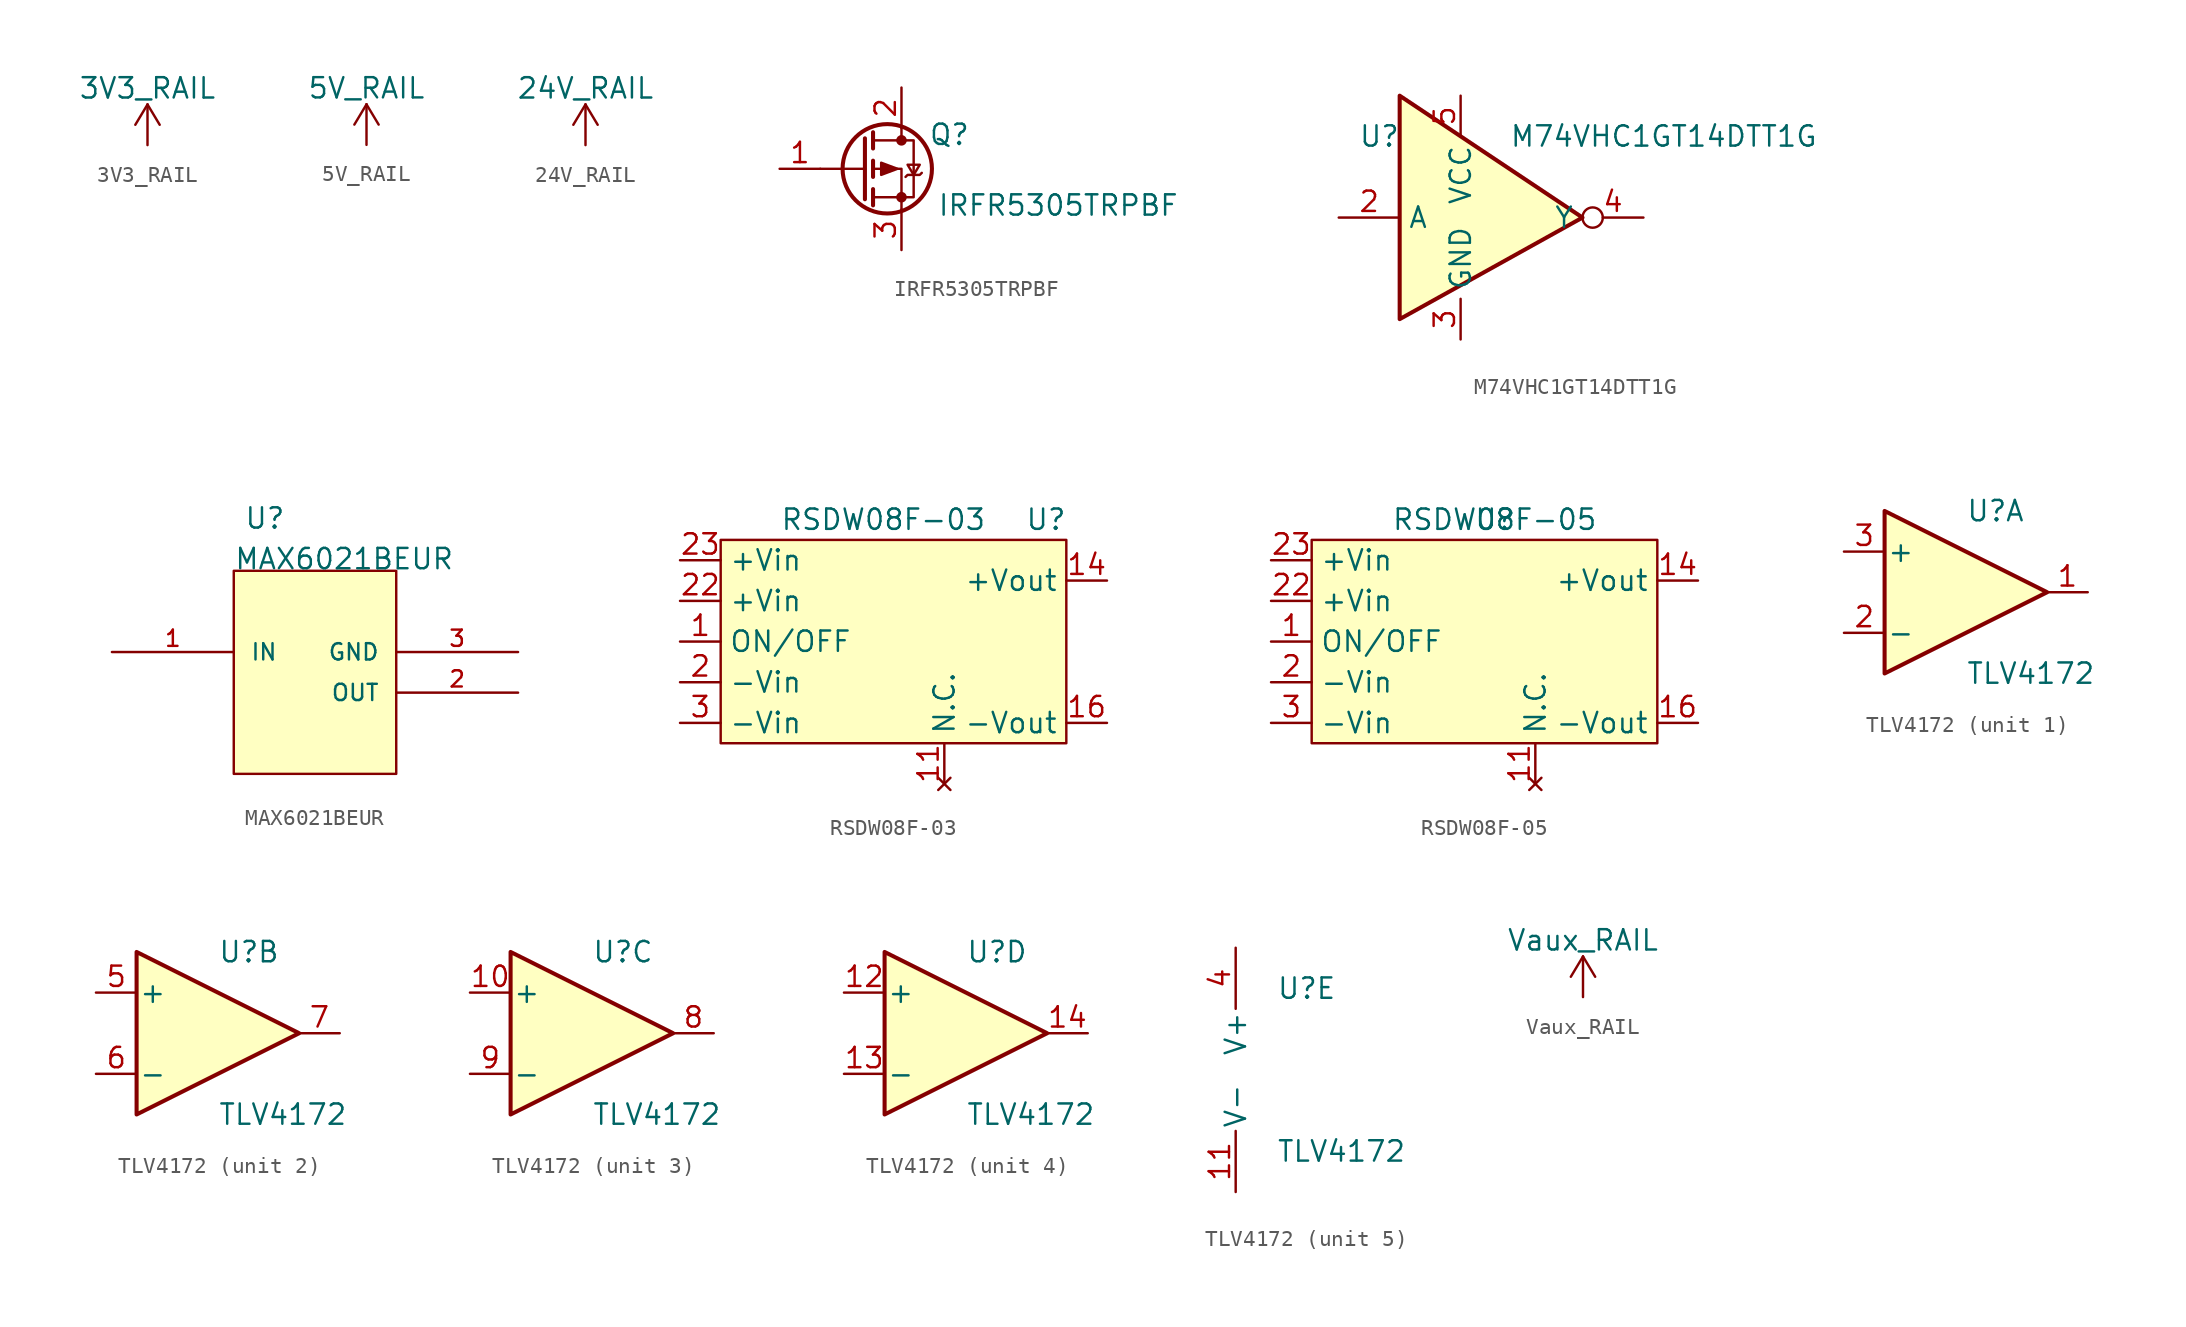
<source format=kicad_sym>
(kicad_symbol_lib
  (version 20220914)
  (generator kicad_symbol_editor)
  (symbol "3V3_RAIL"
    (power)
    (pin_names
      (offset 0))
    (property "Reference" "#PWR"
      (at 0 -3.81 0)
      (effects (font (size 1.27 1.27)) hide))
    (property "Value" "3V3_RAIL"
      (at 0 3.556 0)
      (effects (font (size 1.27 1.27))))
    (symbol "3V3_RAIL_0_1"
      (polyline (pts (xy -0.762 1.27) (xy 0 2.54)) (stroke (width 0) (type default)) (fill (type none)))
      (polyline (pts (xy 0 0) (xy 0 2.54)) (stroke (width 0) (type default)) (fill (type none)))
      (polyline (pts (xy 0 2.54) (xy 0.762 1.27)) (stroke (width 0) (type default)) (fill (type none))))
    (symbol "3V3_RAIL_1_1"
      (pin power_in line (at 0 0 90) (length 0) hide (name "3V3_RAIL" (effects (font (size 1.27 1.27)))) (number "1" (effects (font (size 1.27 1.27)))))))
  (symbol "5V_RAIL"
    (power)
    (pin_names
      (offset 0))
    (property "Reference" "#PWR"
      (at 0 -3.81 0)
      (effects (font (size 1.27 1.27)) hide))
    (property "Value" "5V_RAIL"
      (at 0 3.556 0)
      (effects (font (size 1.27 1.27))))
    (symbol "5V_RAIL_0_1"
      (polyline (pts (xy -0.762 1.27) (xy 0 2.54)) (stroke (width 0) (type default)) (fill (type none)))
      (polyline (pts (xy 0 0) (xy 0 2.54)) (stroke (width 0) (type default)) (fill (type none)))
      (polyline (pts (xy 0 2.54) (xy 0.762 1.27)) (stroke (width 0) (type default)) (fill (type none))))
    (symbol "5V_RAIL_1_1"
      (pin power_in line (at 0 0 90) (length 0) hide (name "5V_RAIL" (effects (font (size 1.27 1.27)))) (number "1" (effects (font (size 1.27 1.27)))))))
  (symbol "24V_RAIL"
    (power)
    (pin_names
      (offset 0))
    (property "Reference" "#PWR"
      (at 0 -3.81 0)
      (effects (font (size 1.27 1.27)) hide))
    (property "Value" "24V_RAIL"
      (at 0 3.556 0)
      (effects (font (size 1.27 1.27))))
    (symbol "24V_RAIL_0_1"
      (polyline (pts (xy -0.762 1.27) (xy 0 2.54)) (stroke (width 0) (type default)) (fill (type none)))
      (polyline (pts (xy 0 0) (xy 0 2.54)) (stroke (width 0) (type default)) (fill (type none)))
      (polyline (pts (xy 0 2.54) (xy 0.762 1.27)) (stroke (width 0) (type default)) (fill (type none))))
    (symbol "24V_RAIL_1_1"
      (pin power_in line (at 0 0 90) (length 0) hide (name "24V_RAIL" (effects (font (size 1.27 1.27)))) (number "1" (effects (font (size 1.27 1.27)))))))
  (symbol "IRFR5305TRPBF"
    (pin_names hide)
    (property "Reference" "Q"
      (at 2.997 2.134 0)
      (effects (font (size 1.27 1.27))))
    (property "Value" "IRFR5305TRPBF"
      (at 9.804 -2.286 0)
      (effects (font (size 1.27 1.27))))
    (symbol "IRFR5305TRPBF_0_1"
      (circle (center -0.889 0) (radius 2.794) (stroke (width 0.254) (type default)) (fill (type none)))
      (circle (center 0 -1.778) (radius 0.254) (stroke (width 0) (type default)) (fill (type outline)))
      (polyline (pts (xy -2.286 0) (xy -5.08 0)) (stroke (width 0) (type default)) (fill (type none)))
      (polyline (pts (xy -2.286 1.905) (xy -2.286 -1.905)) (stroke (width 0.254) (type default)) (fill (type none)))
      (polyline (pts (xy -1.778 -1.27) (xy -1.778 -2.286)) (stroke (width 0.254) (type default)) (fill (type none)))
      (polyline (pts (xy -1.778 0.508) (xy -1.778 -0.508)) (stroke (width 0.254) (type default)) (fill (type none)))
      (polyline (pts (xy -1.778 2.286) (xy -1.778 1.27)) (stroke (width 0.254) (type default)) (fill (type none)))
      (polyline (pts (xy 0 2.54) (xy 0 1.778)) (stroke (width 0) (type default)) (fill (type none)))
      (polyline (pts (xy 0 -2.54) (xy 0 0) (xy -1.778 0)) (stroke (width 0) (type default)) (fill (type none)))
      (polyline (pts (xy -1.778 1.778) (xy 0.762 1.778) (xy 0.762 -1.778) (xy -1.778 -1.778)) (stroke (width 0) (type default)) (fill (type none)))
      (polyline (pts (xy -0.254 0) (xy -1.27 0.381) (xy -1.27 -0.381) (xy -0.254 0)) (stroke (width 0) (type default)) (fill (type outline)))
      (polyline (pts (xy 0.254 -0.508) (xy 0.381 -0.381) (xy 1.143 -0.381) (xy 1.27 -0.254)) (stroke (width 0) (type default)) (fill (type none)))
      (polyline (pts (xy 0.762 -0.381) (xy 0.381 0.254) (xy 1.143 0.254) (xy 0.762 -0.381)) (stroke (width 0) (type default)) (fill (type none)))
      (circle (center 0 1.778) (radius 0.254) (stroke (width 0) (type default)) (fill (type outline))))
    (symbol "IRFR5305TRPBF_1_1"
      (pin input line (at -7.62 0 0) (length 2.54) (name "G" (effects (font (size 1.27 1.27)))) (number "1" (effects (font (size 1.27 1.27)))))
      (pin passive line (at 0 5.08 270) (length 2.54) (name "D" (effects (font (size 1.27 1.27)))) (number "2" (effects (font (size 1.27 1.27)))))
      (pin passive line (at 0 -5.08 90) (length 2.54) (name "S" (effects (font (size 1.27 1.27)))) (number "3" (effects (font (size 1.27 1.27)))))))
  (symbol "M74VHC1GT14DTT1G"
    (property "Reference" "U"
      (at -6.35 5.08 0)
      (effects (font (size 1.27 1.27))))
    (property "Value" "M74VHC1GT14DTT1G"
      (at 11.43 5.08 0)
      (effects (font (size 1.27 1.27))))
    (symbol "M74VHC1GT14DTT1G_1_0"
      (polyline (pts (xy -5.08 7.62) (xy -5.08 -6.35) (xy 6.35 0) (xy -5.08 7.62)) (stroke (width 0.254) (type default)) (fill (type background)))
      (pin passive inverted (at 11.43 -6.35 180) (length 2.54) hide (name "NC" (effects (font (size 1.27 1.27)))) (number "1" (effects (font (size 1.27 1.27)))))
      (pin input line (at -8.89 0 0) (length 3.81) (name "A" (effects (font (size 1.27 1.27)))) (number "2" (effects (font (size 1.27 1.27)))))
      (pin passive line (at -1.27 -7.62 90) (length 2.54) (name "GND" (effects (font (size 1.27 1.27)))) (number "3" (effects (font (size 1.27 1.27)))))
      (pin output inverted (at 10.16 0 180) (length 3.81) (name "Y" (effects (font (size 1.27 1.27)))) (number "4" (effects (font (size 1.27 1.27)))))
      (pin passive line (at -1.27 7.62 270) (length 2.54) (name "VCC" (effects (font (size 1.27 1.27)))) (number "5" (effects (font (size 1.27 1.27)))))))
  (symbol "MAX6021BEUR"
    (pin_names
      (offset 1.016))
    (property "Reference" "U"
      (at 38.735 7.62 0)
      (effects (font (size 1.27 1.27)) (justify left bottom)))
    (property "Value" "MAX6021BEUR"
      (at 38.1 5.08 0)
      (effects (font (size 1.27 1.27)) (justify left bottom)))
    (symbol "MAX6021BEUR_0_0"
      (rectangle (start 38.1 5.08) (end 48.26 -7.62) (stroke (width 0.152) (type default)) (fill (type background)))
      (pin input line (at 30.48 0 0) (length 7.62) (name "IN" (effects (font (size 1.016 1.016)))) (number "1" (effects (font (size 1.016 1.016)))))
      (pin output line (at 55.88 -2.54 180) (length 7.62) (name "OUT" (effects (font (size 1.016 1.016)))) (number "2" (effects (font (size 1.016 1.016)))))
      (pin power_in line (at 55.88 0 180) (length 7.62) (name "GND" (effects (font (size 1.016 1.016)))) (number "3" (effects (font (size 1.016 1.016)))))))
  (symbol "RSDW08F-03"
    (property "Reference" "U"
      (at 10.16 0 0)
      (effects (font (size 1.27 1.27))))
    (property "Value" "RSDW08F-03"
      (at 0 0 0)
      (effects (font (size 1.27 1.27))))
    (symbol "RSDW08F-03_0_1"
      (rectangle (start -10.16 -1.27) (end 11.43 -13.97) (stroke (width 0) (type default)) (fill (type background))))
    (symbol "RSDW08F-03_1_1"
      (pin passive line (at -12.7 -7.62 0) (length 2.54) (name "ON/OFF" (effects (font (size 1.27 1.27)))) (number "1" (effects (font (size 1.27 1.27)))))
      (pin no_connect line (at 3.81 -16.51 90) (length 2.54) (name "N.C." (effects (font (size 1.27 1.27)))) (number "11" (effects (font (size 1.27 1.27)))))
      (pin passive line (at 13.97 -3.81 180) (length 2.54) (name "+Vout" (effects (font (size 1.27 1.27)))) (number "14" (effects (font (size 1.27 1.27)))))
      (pin passive line (at 13.97 -12.7 180) (length 2.54) (name "-Vout" (effects (font (size 1.27 1.27)))) (number "16" (effects (font (size 1.27 1.27)))))
      (pin passive line (at -12.7 -10.16 0) (length 2.54) (name "-Vin" (effects (font (size 1.27 1.27)))) (number "2" (effects (font (size 1.27 1.27)))))
      (pin passive line (at -12.7 -5.08 0) (length 2.54) (name "+Vin" (effects (font (size 1.27 1.27)))) (number "22" (effects (font (size 1.27 1.27)))))
      (pin passive line (at -12.7 -2.54 0) (length 2.54) (name "+Vin" (effects (font (size 1.27 1.27)))) (number "23" (effects (font (size 1.27 1.27)))))
      (pin passive line (at -12.7 -12.7 0) (length 2.54) (name "-Vin" (effects (font (size 1.27 1.27)))) (number "3" (effects (font (size 1.27 1.27)))))))
  (symbol "RSDW08F-05"
    (property "Reference" "U"
      (at 0 0 0)
      (effects (font (size 1.27 1.27))))
    (property "Value" "RSDW08F-05"
      (at 0 0 0)
      (effects (font (size 1.27 1.27))))
    (symbol "RSDW08F-05_0_1"
      (rectangle (start -11.43 -1.27) (end 10.16 -13.97) (stroke (width 0) (type default)) (fill (type background))))
    (symbol "RSDW08F-05_1_1"
      (pin passive line (at -13.97 -7.62 0) (length 2.54) (name "ON/OFF" (effects (font (size 1.27 1.27)))) (number "1" (effects (font (size 1.27 1.27)))))
      (pin no_connect line (at 2.54 -16.51 90) (length 2.54) (name "N.C." (effects (font (size 1.27 1.27)))) (number "11" (effects (font (size 1.27 1.27)))))
      (pin passive line (at 12.7 -3.81 180) (length 2.54) (name "+Vout" (effects (font (size 1.27 1.27)))) (number "14" (effects (font (size 1.27 1.27)))))
      (pin passive line (at 12.7 -12.7 180) (length 2.54) (name "-Vout" (effects (font (size 1.27 1.27)))) (number "16" (effects (font (size 1.27 1.27)))))
      (pin passive line (at -13.97 -10.16 0) (length 2.54) (name "-Vin" (effects (font (size 1.27 1.27)))) (number "2" (effects (font (size 1.27 1.27)))))
      (pin passive line (at -13.97 -5.08 0) (length 2.54) (name "+Vin" (effects (font (size 1.27 1.27)))) (number "22" (effects (font (size 1.27 1.27)))))
      (pin passive line (at -13.97 -2.54 0) (length 2.54) (name "+Vin" (effects (font (size 1.27 1.27)))) (number "23" (effects (font (size 1.27 1.27)))))
      (pin passive line (at -13.97 -12.7 0) (length 2.54) (name "-Vin" (effects (font (size 1.27 1.27)))) (number "3" (effects (font (size 1.27 1.27)))))))
  (symbol "TLV4172"
    (pin_names
      (offset 0.127))
    (property "Reference" "U"
      (at 0 5.08 0)
      (effects (font (size 1.27 1.27)) (justify left)))
    (property "Value" "TLV4172"
      (at 0 -5.08 0)
      (effects (font (size 1.27 1.27)) (justify left)))
    (property "ki_locked" ""
      (at 0 0 0)
      (effects (font (size 1.27 1.27))))
    (symbol "TLV4172_1_1"
      (polyline (pts (xy -5.08 5.08) (xy 5.08 0) (xy -5.08 -5.08) (xy -5.08 5.08)) (stroke (width 0.254) (type default)) (fill (type background)))
      (pin output line (at 7.62 0 180) (length 2.54) (name "~" (effects (font (size 1.27 1.27)))) (number "1" (effects (font (size 1.27 1.27)))))
      (pin input line (at -7.62 -2.54 0) (length 2.54) (name "-" (effects (font (size 1.27 1.27)))) (number "2" (effects (font (size 1.27 1.27)))))
      (pin input line (at -7.62 2.54 0) (length 2.54) (name "+" (effects (font (size 1.27 1.27)))) (number "3" (effects (font (size 1.27 1.27))))))
    (symbol "TLV4172_2_1"
      (polyline (pts (xy -5.08 5.08) (xy 5.08 0) (xy -5.08 -5.08) (xy -5.08 5.08)) (stroke (width 0.254) (type default)) (fill (type background)))
      (pin input line (at -7.62 2.54 0) (length 2.54) (name "+" (effects (font (size 1.27 1.27)))) (number "5" (effects (font (size 1.27 1.27)))))
      (pin input line (at -7.62 -2.54 0) (length 2.54) (name "-" (effects (font (size 1.27 1.27)))) (number "6" (effects (font (size 1.27 1.27)))))
      (pin output line (at 7.62 0 180) (length 2.54) (name "~" (effects (font (size 1.27 1.27)))) (number "7" (effects (font (size 1.27 1.27))))))
    (symbol "TLV4172_3_1"
      (polyline (pts (xy -5.08 5.08) (xy 5.08 0) (xy -5.08 -5.08) (xy -5.08 5.08)) (stroke (width 0.254) (type default)) (fill (type background)))
      (pin input line (at -7.62 2.54 0) (length 2.54) (name "+" (effects (font (size 1.27 1.27)))) (number "10" (effects (font (size 1.27 1.27)))))
      (pin output line (at 7.62 0 180) (length 2.54) (name "~" (effects (font (size 1.27 1.27)))) (number "8" (effects (font (size 1.27 1.27)))))
      (pin input line (at -7.62 -2.54 0) (length 2.54) (name "-" (effects (font (size 1.27 1.27)))) (number "9" (effects (font (size 1.27 1.27))))))
    (symbol "TLV4172_4_1"
      (polyline (pts (xy -5.08 5.08) (xy 5.08 0) (xy -5.08 -5.08) (xy -5.08 5.08)) (stroke (width 0.254) (type default)) (fill (type background)))
      (pin input line (at -7.62 2.54 0) (length 2.54) (name "+" (effects (font (size 1.27 1.27)))) (number "12" (effects (font (size 1.27 1.27)))))
      (pin input line (at -7.62 -2.54 0) (length 2.54) (name "-" (effects (font (size 1.27 1.27)))) (number "13" (effects (font (size 1.27 1.27)))))
      (pin output line (at 7.62 0 180) (length 2.54) (name "~" (effects (font (size 1.27 1.27)))) (number "14" (effects (font (size 1.27 1.27))))))
    (symbol "TLV4172_5_1"
      (pin power_in line (at -2.54 -7.62 90) (length 3.81) (name "V-" (effects (font (size 1.27 1.27)))) (number "11" (effects (font (size 1.27 1.27)))))
      (pin power_in line (at -2.54 7.62 270) (length 3.81) (name "V+" (effects (font (size 1.27 1.27)))) (number "4" (effects (font (size 1.27 1.27)))))))
  (symbol "Vaux_RAIL"
    (power)
    (pin_names
      (offset 0))
    (property "Reference" "#PWR"
      (at 0 -3.81 0)
      (effects (font (size 1.27 1.27)) hide))
    (property "Value" "Vaux_RAIL"
      (at 0 3.556 0)
      (effects (font (size 1.27 1.27))))
    (symbol "Vaux_RAIL_0_1"
      (polyline (pts (xy -0.762 1.27) (xy 0 2.54)) (stroke (width 0) (type default)) (fill (type none)))
      (polyline (pts (xy 0 0) (xy 0 2.54)) (stroke (width 0) (type default)) (fill (type none)))
      (polyline (pts (xy 0 2.54) (xy 0.762 1.27)) (stroke (width 0) (type default)) (fill (type none))))
    (symbol "Vaux_RAIL_1_1"
      (pin power_in line (at 0 0 90) (length 0) hide (name "Vaux_RAIL" (effects (font (size 1.27 1.27)))) (number "1" (effects (font (size 1.27 1.27))))))))
</source>
